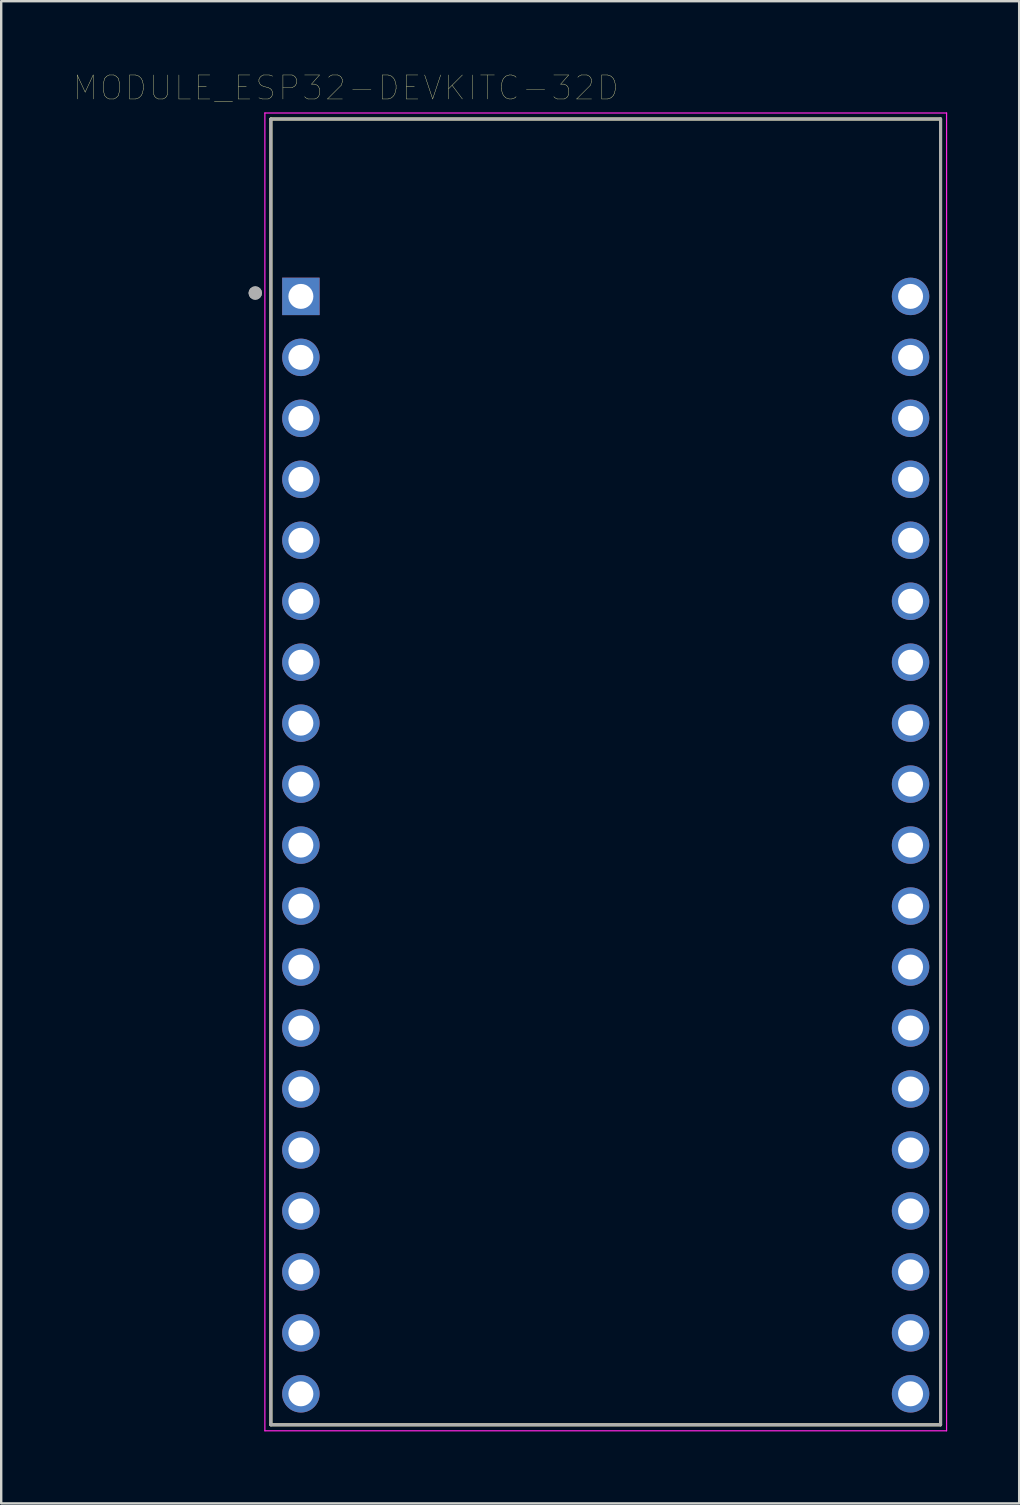
<source format=kicad_pcb>
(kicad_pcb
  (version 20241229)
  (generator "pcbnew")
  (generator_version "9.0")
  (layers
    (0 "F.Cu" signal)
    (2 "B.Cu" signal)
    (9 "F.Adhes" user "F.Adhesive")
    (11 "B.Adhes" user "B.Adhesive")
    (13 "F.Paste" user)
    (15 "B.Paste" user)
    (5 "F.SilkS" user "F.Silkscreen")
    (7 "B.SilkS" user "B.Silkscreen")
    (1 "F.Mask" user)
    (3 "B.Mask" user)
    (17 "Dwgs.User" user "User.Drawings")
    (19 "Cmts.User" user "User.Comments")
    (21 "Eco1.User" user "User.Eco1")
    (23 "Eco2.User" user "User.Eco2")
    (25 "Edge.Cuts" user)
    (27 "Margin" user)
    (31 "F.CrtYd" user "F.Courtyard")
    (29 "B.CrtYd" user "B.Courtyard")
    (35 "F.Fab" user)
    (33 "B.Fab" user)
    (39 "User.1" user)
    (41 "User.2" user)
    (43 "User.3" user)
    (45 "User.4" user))
  (footprint "MODULE_ESP32-DEVKITC-32D"
    (layer "F.Cu")
    (at 22.185 29.058)
    (property "Reference" "MODULE_ESP32-DEVKITC-32D" (at -10.829 -28.446 0) (layer "F.SilkS") (effects (font (size 1 1) (thickness 0.015))))
    (attr through_hole)
    (fp_line (start -13.95 -27.15) (end 13.95 -27.15) (stroke (width 0.127) (type solid)) (layer "F.SilkS"))
    (fp_line (start -13.95 27.25) (end -13.95 -27.15) (stroke (width 0.127) (type solid)) (layer "F.SilkS"))
    (fp_line (start 13.95 -27.15) (end 13.95 27.25) (stroke (width 0.127) (type solid)) (layer "F.SilkS"))
    (fp_line (start 13.95 27.25) (end -13.95 27.25) (stroke (width 0.127) (type solid)) (layer "F.SilkS"))
    (fp_line (start -14.2 -27.4) (end 14.2 -27.4) (stroke (width 0.05) (type solid)) (layer "F.CrtYd"))
    (fp_line (start -14.2 27.5) (end -14.2 -27.4) (stroke (width 0.05) (type solid)) (layer "F.CrtYd"))
    (fp_line (start 14.2 -27.4) (end 14.2 27.5) (stroke (width 0.05) (type solid)) (layer "F.CrtYd"))
    (fp_line (start 14.2 27.5) (end -14.2 27.5) (stroke (width 0.05) (type solid)) (layer "F.CrtYd"))
    (fp_line (start -13.95 -27.15) (end 13.95 -27.15) (stroke (width 0.127) (type solid)) (layer "F.Fab"))
    (fp_line (start -13.95 27.25) (end -13.95 -27.15) (stroke (width 0.127) (type solid)) (layer "F.Fab"))
    (fp_line (start 13.95 -27.15) (end 13.95 27.25) (stroke (width 0.127) (type solid)) (layer "F.Fab"))
    (fp_line (start 13.95 27.25) (end -13.95 27.25) (stroke (width 0.127) (type solid)) (layer "F.Fab"))
    (fp_circle (center -14.6 -19.9) (end -14.46 -19.9) (stroke (width 0.28) (type solid)) (fill no) (layer "F.Fab"))
    (fp_circle (center -14.6 -19.9) (end -14.46 -19.9) (stroke (width 0.28) (type solid)) (fill no) (layer "F.Fab"))
    (pad "1" thru_hole rect (at -12.7 -19.76) (size 1.56 1.56) (drill 1.04) (layers "*.Cu" "*.Mask"))
    (pad "2" thru_hole circle (at -12.7 -17.22) (size 1.56 1.56) (drill 1.04) (layers "*.Cu" "*.Mask"))
    (pad "3" thru_hole circle (at -12.7 -14.68) (size 1.56 1.56) (drill 1.04) (layers "*.Cu" "*.Mask"))
    (pad "4" thru_hole circle (at -12.7 -12.14) (size 1.56 1.56) (drill 1.04) (layers "*.Cu" "*.Mask"))
    (pad "5" thru_hole circle (at -12.7 -9.6) (size 1.56 1.56) (drill 1.04) (layers "*.Cu" "*.Mask"))
    (pad "6" thru_hole circle (at -12.7 -7.06) (size 1.56 1.56) (drill 1.04) (layers "*.Cu" "*.Mask"))
    (pad "7" thru_hole circle (at -12.7 -4.52) (size 1.56 1.56) (drill 1.04) (layers "*.Cu" "*.Mask"))
    (pad "8" thru_hole circle (at -12.7 -1.98) (size 1.56 1.56) (drill 1.04) (layers "*.Cu" "*.Mask"))
    (pad "9" thru_hole circle (at -12.7 0.56) (size 1.56 1.56) (drill 1.04) (layers "*.Cu" "*.Mask"))
    (pad "10" thru_hole circle (at -12.7 3.1) (size 1.56 1.56) (drill 1.04) (layers "*.Cu" "*.Mask"))
    (pad "11" thru_hole circle (at -12.7 5.64) (size 1.56 1.56) (drill 1.04) (layers "*.Cu" "*.Mask"))
    (pad "12" thru_hole circle (at -12.7 8.18) (size 1.56 1.56) (drill 1.04) (layers "*.Cu" "*.Mask"))
    (pad "13" thru_hole circle (at -12.7 10.72) (size 1.56 1.56) (drill 1.04) (layers "*.Cu" "*.Mask"))
    (pad "14" thru_hole circle (at -12.7 13.26) (size 1.56 1.56) (drill 1.04) (layers "*.Cu" "*.Mask"))
    (pad "15" thru_hole circle (at -12.7 15.8) (size 1.56 1.56) (drill 1.04) (layers "*.Cu" "*.Mask"))
    (pad "16" thru_hole circle (at -12.7 18.34) (size 1.56 1.56) (drill 1.04) (layers "*.Cu" "*.Mask"))
    (pad "17" thru_hole circle (at -12.7 20.88) (size 1.56 1.56) (drill 1.04) (layers "*.Cu" "*.Mask"))
    (pad "18" thru_hole circle (at -12.7 23.42) (size 1.56 1.56) (drill 1.04) (layers "*.Cu" "*.Mask"))
    (pad "19" thru_hole circle (at -12.7 25.96) (size 1.56 1.56) (drill 1.04) (layers "*.Cu" "*.Mask"))
    (pad "20" thru_hole circle (at 12.7 -19.76) (size 1.56 1.56) (drill 1.04) (layers "*.Cu" "*.Mask"))
    (pad "21" thru_hole circle (at 12.7 -17.22) (size 1.56 1.56) (drill 1.04) (layers "*.Cu" "*.Mask"))
    (pad "22" thru_hole circle (at 12.7 -14.68) (size 1.56 1.56) (drill 1.04) (layers "*.Cu" "*.Mask"))
    (pad "23" thru_hole circle (at 12.7 -12.14) (size 1.56 1.56) (drill 1.04) (layers "*.Cu" "*.Mask"))
    (pad "24" thru_hole circle (at 12.7 -9.6) (size 1.56 1.56) (drill 1.04) (layers "*.Cu" "*.Mask"))
    (pad "25" thru_hole circle (at 12.7 -7.06) (size 1.56 1.56) (drill 1.04) (layers "*.Cu" "*.Mask"))
    (pad "26" thru_hole circle (at 12.7 -4.52) (size 1.56 1.56) (drill 1.04) (layers "*.Cu" "*.Mask"))
    (pad "27" thru_hole circle (at 12.7 -1.98) (size 1.56 1.56) (drill 1.04) (layers "*.Cu" "*.Mask"))
    (pad "28" thru_hole circle (at 12.7 0.56) (size 1.56 1.56) (drill 1.04) (layers "*.Cu" "*.Mask"))
    (pad "29" thru_hole circle (at 12.7 3.1) (size 1.56 1.56) (drill 1.04) (layers "*.Cu" "*.Mask"))
    (pad "30" thru_hole circle (at 12.7 5.64) (size 1.56 1.56) (drill 1.04) (layers "*.Cu" "*.Mask"))
    (pad "31" thru_hole circle (at 12.7 8.18) (size 1.56 1.56) (drill 1.04) (layers "*.Cu" "*.Mask"))
    (pad "32" thru_hole circle (at 12.7 10.72) (size 1.56 1.56) (drill 1.04) (layers "*.Cu" "*.Mask"))
    (pad "33" thru_hole circle (at 12.7 13.26) (size 1.56 1.56) (drill 1.04) (layers "*.Cu" "*.Mask"))
    (pad "34" thru_hole circle (at 12.7 15.8) (size 1.56 1.56) (drill 1.04) (layers "*.Cu" "*.Mask"))
    (pad "35" thru_hole circle (at 12.7 18.34) (size 1.56 1.56) (drill 1.04) (layers "*.Cu" "*.Mask"))
    (pad "36" thru_hole circle (at 12.7 20.88) (size 1.56 1.56) (drill 1.04) (layers "*.Cu" "*.Mask"))
    (pad "37" thru_hole circle (at 12.7 23.42) (size 1.56 1.56) (drill 1.04) (layers "*.Cu" "*.Mask"))
    (pad "38" thru_hole circle (at 12.7 25.96) (size 1.56 1.56) (drill 1.04) (layers "*.Cu" "*.Mask")))
  (gr_rect
    (start -3 -3)
    (end 39.41 59.583)
    (stroke (width 0.1) (type default))
    (fill no)
    (layer "Edge.Cuts")))
</source>
